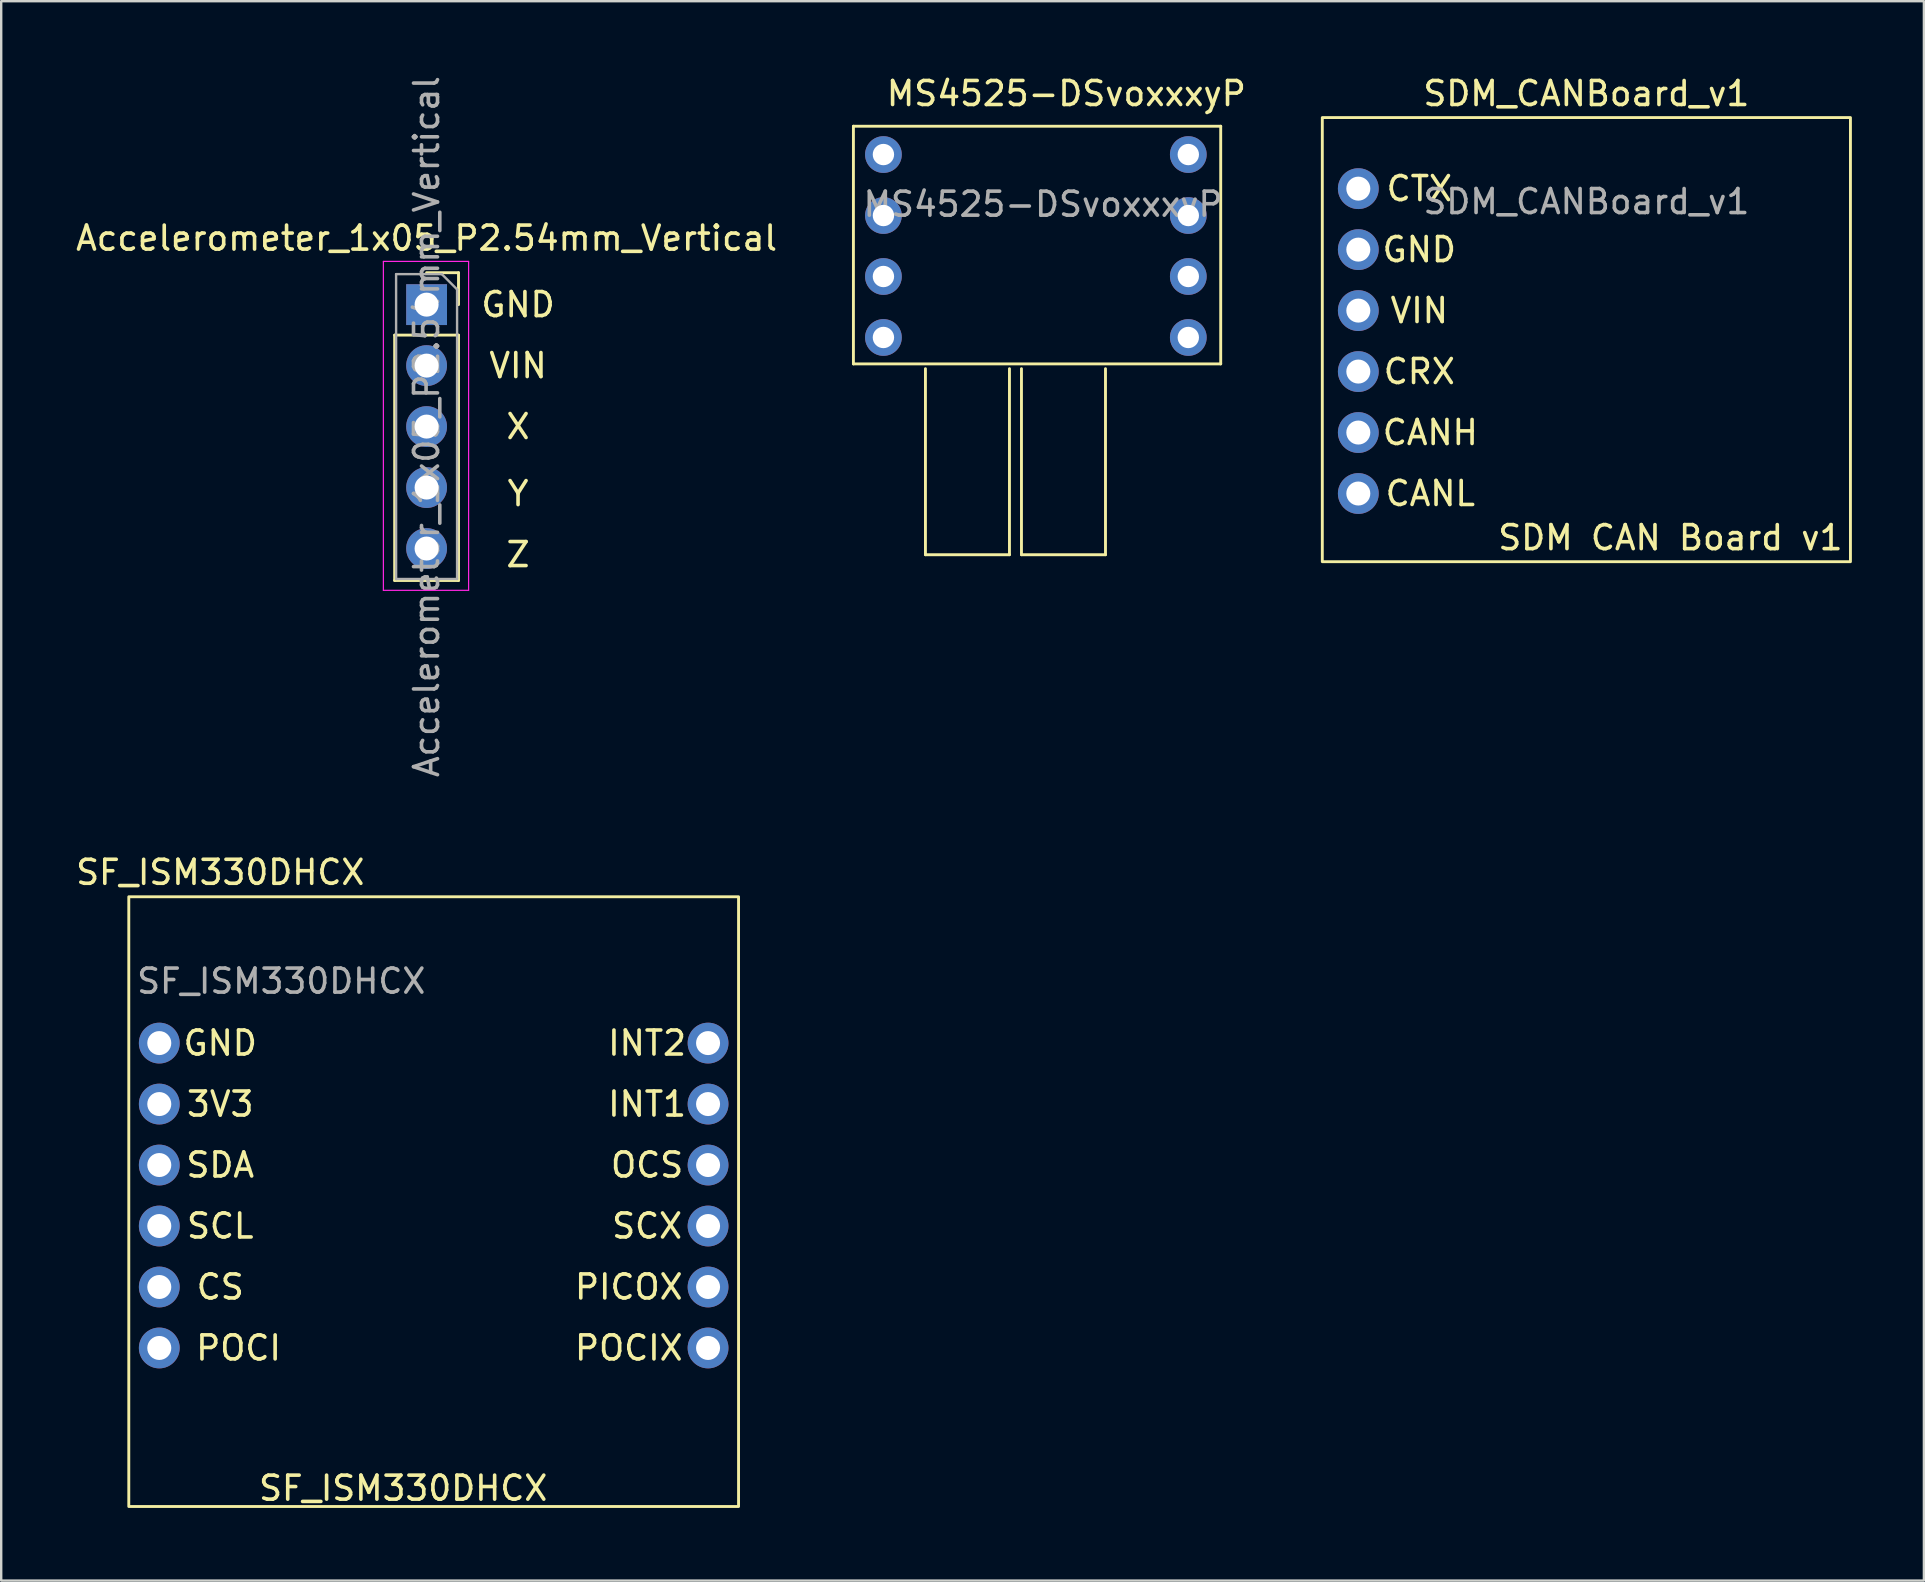
<source format=kicad_pcb>
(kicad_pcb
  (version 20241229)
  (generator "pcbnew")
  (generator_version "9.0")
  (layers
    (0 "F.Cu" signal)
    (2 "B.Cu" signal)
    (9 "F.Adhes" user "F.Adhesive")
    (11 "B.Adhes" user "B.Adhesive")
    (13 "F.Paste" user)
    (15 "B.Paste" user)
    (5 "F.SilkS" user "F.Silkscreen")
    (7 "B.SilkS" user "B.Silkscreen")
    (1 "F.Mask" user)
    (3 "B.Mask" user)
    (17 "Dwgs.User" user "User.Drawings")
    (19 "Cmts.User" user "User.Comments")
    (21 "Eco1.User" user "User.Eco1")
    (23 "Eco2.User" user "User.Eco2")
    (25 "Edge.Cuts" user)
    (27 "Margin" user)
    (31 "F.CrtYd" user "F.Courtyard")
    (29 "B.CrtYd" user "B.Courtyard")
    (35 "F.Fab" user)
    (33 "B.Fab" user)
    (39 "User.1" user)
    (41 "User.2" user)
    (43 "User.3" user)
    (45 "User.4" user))
  (footprint "SDM_CANBoard_v1"
    (layer "F.Cu")
    (at 63.032 2.848)
    (property "Reference" "SDM_CANBoard_v1" (at 0 -2 0) (unlocked yes) (layer "F.SilkS") (effects (font (size 1 1) (thickness 0.15))))
    (attr through_hole)
    (fp_rect (start -11 -1) (end 11 17.5) (stroke (width 0.12) (type solid)) (fill no) (layer "F.SilkS"))
    (fp_text user "CANH" (at -6.5 12.12 0) (unlocked yes) (layer "F.SilkS") (effects (font (size 1 1) (thickness 0.15))))
    (fp_text user "SDM CAN Board v1" (at 3.5 16.5 0) (unlocked yes) (layer "F.SilkS") (effects (font (size 1 1) (thickness 0.15))))
    (fp_text user "CRX" (at -6.96 9.58 0) (unlocked yes) (layer "F.SilkS") (effects (font (size 1 1) (thickness 0.15))))
    (fp_text user "VIN" (at -6.96 7.04 0) (unlocked yes) (layer "F.SilkS") (effects (font (size 1 1) (thickness 0.15))))
    (fp_text user "CTX" (at -6.96 1.96 0) (unlocked yes) (layer "F.SilkS") (effects (font (size 1 1) (thickness 0.15))))
    (fp_text user "GND" (at -6.96 4.5 0) (unlocked yes) (layer "F.SilkS") (effects (font (size 1 1) (thickness 0.15))))
    (fp_text user "CANL" (at -6.5 14.66 0) (unlocked yes) (layer "F.SilkS") (effects (font (size 1 1) (thickness 0.15))))
    (fp_text user "${REFERENCE}" (at 0 2.5 0) (unlocked yes) (layer "F.Fab") (effects (font (size 1 1) (thickness 0.15))))
    (pad "1" thru_hole circle (at -9.5 1.96) (size 1.7 1.7) (drill 1) (layers "*.Cu" "*.Mask"))
    (pad "2" thru_hole circle (at -9.5 4.5) (size 1.7 1.7) (drill 1) (layers "*.Cu" "*.Mask"))
    (pad "3" thru_hole circle (at -9.5 7.04) (size 1.7 1.7) (drill 1) (layers "*.Cu" "*.Mask"))
    (pad "4" thru_hole circle (at -9.5 9.58) (size 1.7 1.7) (drill 1) (layers "*.Cu" "*.Mask"))
    (pad "5" thru_hole circle (at -9.5 12.12) (size 1.7 1.7) (drill 1) (layers "*.Cu" "*.Mask"))
    (pad "6" thru_hole circle (at -9.5 14.66) (size 1.7 1.7) (drill 1) (layers "*.Cu" "*.Mask")))
  (footprint "Accelerometer_1x05_P2.54mm_Vertical"
    (layer "F.Cu")
    (at 14.72 9.64)
    (property "Reference" "Accelerometer_1x05_P2.54mm_Vertical" (at 0 -2.77 0) (layer "F.SilkS") (effects (font (size 1 1) (thickness 0.15))))
    (attr through_hole)
    (fp_line (start -1.33 1.27) (end -1.33 11.49) (stroke (width 0.12) (type solid)) (layer "F.SilkS"))
    (fp_line (start -1.33 1.27) (end 1.33 1.27) (stroke (width 0.12) (type solid)) (layer "F.SilkS"))
    (fp_line (start -1.33 11.49) (end 1.33 11.49) (stroke (width 0.12) (type solid)) (layer "F.SilkS"))
    (fp_line (start 0 -1.33) (end 1.33 -1.33) (stroke (width 0.12) (type solid)) (layer "F.SilkS"))
    (fp_line (start 1.33 -1.33) (end 1.33 0) (stroke (width 0.12) (type solid)) (layer "F.SilkS"))
    (fp_line (start 1.33 1.27) (end 1.33 11.49) (stroke (width 0.12) (type solid)) (layer "F.SilkS"))
    (fp_line (start -1.8 -1.8) (end 1.75 -1.8) (stroke (width 0.05) (type solid)) (layer "F.CrtYd"))
    (fp_line (start -1.8 11.9) (end -1.8 -1.8) (stroke (width 0.05) (type solid)) (layer "F.CrtYd"))
    (fp_line (start 1.75 -1.8) (end 1.75 11.9) (stroke (width 0.05) (type solid)) (layer "F.CrtYd"))
    (fp_line (start 1.75 11.9) (end -1.8 11.9) (stroke (width 0.05) (type solid)) (layer "F.CrtYd"))
    (fp_line (start -1.27 -1.27) (end 0.635 -1.27) (stroke (width 0.1) (type solid)) (layer "F.Fab"))
    (fp_line (start -1.27 11.43) (end -1.27 -1.27) (stroke (width 0.1) (type solid)) (layer "F.Fab"))
    (fp_line (start 0.635 -1.27) (end 1.27 -0.635) (stroke (width 0.1) (type solid)) (layer "F.Fab"))
    (fp_line (start 1.27 -0.635) (end 1.27 11.43) (stroke (width 0.1) (type solid)) (layer "F.Fab"))
    (fp_line (start 1.27 11.43) (end -1.27 11.43) (stroke (width 0.1) (type solid)) (layer "F.Fab"))
    (fp_text user "VIN" (at 3.81 2.54 0) (unlocked yes) (layer "F.SilkS") (effects (font (size 1 1) (thickness 0.15))))
    (fp_text user "X" (at 3.81 5.08 0) (unlocked yes) (layer "F.SilkS") (effects (font (size 1 1) (thickness 0.15))))
    (fp_text user "Y" (at 3.81 7.874 0) (unlocked yes) (layer "F.SilkS") (effects (font (size 1 1) (thickness 0.15))))
    (fp_text user "GND" (at 3.81 0 0) (unlocked yes) (layer "F.SilkS") (effects (font (size 1 1) (thickness 0.15))))
    (fp_text user "Z" (at 3.81 10.414 0) (unlocked yes) (layer "F.SilkS") (effects (font (size 1 1) (thickness 0.15))))
    (fp_text user "${REFERENCE}" (at 0 5.08 90) (layer "F.Fab") (effects (font (size 1 1) (thickness 0.15))))
    (pad "1" thru_hole rect (at 0 0) (size 1.7 1.7) (drill 1) (layers "*.Cu" "*.Mask"))
    (pad "2" thru_hole oval (at 0 2.54) (size 1.7 1.7) (drill 1) (layers "*.Cu" "*.Mask"))
    (pad "3" thru_hole oval (at 0 5.08) (size 1.7 1.7) (drill 1) (layers "*.Cu" "*.Mask"))
    (pad "4" thru_hole oval (at 0 7.62) (size 1.7 1.7) (drill 1) (layers "*.Cu" "*.Mask"))
    (pad "5" thru_hole oval (at 0 10.16) (size 1.7 1.7) (drill 1) (layers "*.Cu" "*.Mask")))
  (footprint "SF_ISM330DHCX"
    (layer "F.Cu")
    (at 8.665 35.321)
    (property "Reference" "SF_ISM330DHCX" (at -2.54 -2.032 0) (unlocked yes) (layer "F.SilkS") (effects (font (size 1 1) (thickness 0.15))))
    (attr through_hole)
    (fp_rect (start -6.35 -1.016) (end 19.05 24.384) (stroke (width 0.12) (type solid)) (fill no) (layer "F.SilkS"))
    (fp_text user "INT1" (at 15.24 7.62 0) (unlocked yes) (layer "F.SilkS") (effects (font (size 1 1) (thickness 0.15))))
    (fp_text user "PICOX" (at 14.478 15.24 0) (unlocked yes) (layer "F.SilkS") (effects (font (size 1 1) (thickness 0.15))))
    (fp_text user "POCIX" (at 14.478 17.78 0) (unlocked yes) (layer "F.SilkS") (effects (font (size 1 1) (thickness 0.15))))
    (fp_text user "3V3" (at -2.54 7.62 0) (unlocked yes) (layer "F.SilkS") (effects (font (size 1 1) (thickness 0.15))))
    (fp_text user "SCL" (at -2.54 12.7 0) (unlocked yes) (layer "F.SilkS") (effects (font (size 1 1) (thickness 0.15))))
    (fp_text user "SDA" (at -2.54 10.16 0) (unlocked yes) (layer "F.SilkS") (effects (font (size 1 1) (thickness 0.15))))
    (fp_text user "POCI" (at -1.778 17.78 0) (unlocked yes) (layer "F.SilkS") (effects (font (size 1 1) (thickness 0.15))))
    (fp_text user "SCX" (at 15.24 12.7 0) (unlocked yes) (layer "F.SilkS") (effects (font (size 1 1) (thickness 0.15))))
    (fp_text user "OCS" (at 15.24 10.16 0) (unlocked yes) (layer "F.SilkS") (effects (font (size 1 1) (thickness 0.15))))
    (fp_text user "SF_ISM330DHCX" (at 5.08 23.622 0) (unlocked yes) (layer "F.SilkS") (effects (font (size 1 1) (thickness 0.15))))
    (fp_text user "CS" (at -2.54 15.24 0) (unlocked yes) (layer "F.SilkS") (effects (font (size 1 1) (thickness 0.15))))
    (fp_text user "INT2" (at 15.24 5.08 0) (unlocked yes) (layer "F.SilkS") (effects (font (size 1 1) (thickness 0.15))))
    (fp_text user "GND" (at -2.54 5.08 0) (unlocked yes) (layer "F.SilkS") (effects (font (size 1 1) (thickness 0.15))))
    (fp_text user "${REFERENCE}" (at 0 2.5 0) (unlocked yes) (layer "F.Fab") (effects (font (size 1 1) (thickness 0.15))))
    (pad "1" thru_hole circle (at -5.08 5.08) (size 1.7 1.7) (drill 1) (layers "*.Cu" "*.Mask"))
    (pad "2" thru_hole circle (at -5.08 7.62) (size 1.7 1.7) (drill 1) (layers "*.Cu" "*.Mask"))
    (pad "3" thru_hole circle (at -5.08 10.16) (size 1.7 1.7) (drill 1) (layers "*.Cu" "*.Mask"))
    (pad "4" thru_hole circle (at -5.08 12.7) (size 1.7 1.7) (drill 1) (layers "*.Cu" "*.Mask"))
    (pad "5" thru_hole circle (at -5.08 15.24) (size 1.7 1.7) (drill 1) (layers "*.Cu" "*.Mask"))
    (pad "6" thru_hole circle (at -5.08 17.78) (size 1.7 1.7) (drill 1) (layers "*.Cu" "*.Mask"))
    (pad "7" thru_hole circle (at 17.78 5.08) (size 1.7 1.7) (drill 1) (layers "*.Cu" "*.Mask"))
    (pad "8" thru_hole circle (at 17.78 7.62) (size 1.7 1.7) (drill 1) (layers "*.Cu" "*.Mask"))
    (pad "9" thru_hole circle (at 17.78 10.16) (size 1.7 1.7) (drill 1) (layers "*.Cu" "*.Mask"))
    (pad "10" thru_hole circle (at 17.78 12.7) (size 1.7 1.7) (drill 1) (layers "*.Cu" "*.Mask"))
    (pad "11" thru_hole circle (at 17.78 15.24) (size 1.7 1.7) (drill 1) (layers "*.Cu" "*.Mask"))
    (pad "12" thru_hole circle (at 17.78 17.78) (size 1.7 1.7) (drill 1) (layers "*.Cu" "*.Mask")))
  (footprint "MS4525-DSvoxxxyP"
    (layer "F.Cu")
    (at 40.15 5.958)
    (property "Reference" "MS4525-DSvoxxxyP" (at 1.22 -5.11 0) (unlocked yes) (layer "F.SilkS") (effects (font (size 1 1) (thickness 0.15))))
    (attr through_hole)
    (fp_line (start -7.65 -3.75) (end 7.65 -3.75) (stroke (width 0.12) (type solid)) (layer "F.SilkS"))
    (fp_line (start -7.65 6.15) (end -7.65 -3.75) (stroke (width 0.12) (type solid)) (layer "F.SilkS"))
    (fp_line (start -4.65 6.35) (end -4.65 14.1) (stroke (width 0.12) (type solid)) (layer "F.SilkS"))
    (fp_line (start -4.65 14.1) (end -1.15 14.1) (stroke (width 0.12) (type solid)) (layer "F.SilkS"))
    (fp_line (start -1.15 14.1) (end -1.15 6.35) (stroke (width 0.12) (type solid)) (layer "F.SilkS"))
    (fp_line (start -0.65 6.35) (end -0.65 14.1) (stroke (width 0.12) (type solid)) (layer "F.SilkS"))
    (fp_line (start -0.65 14.1) (end 2.85 14.1) (stroke (width 0.12) (type solid)) (layer "F.SilkS"))
    (fp_line (start 2.85 14.1) (end 2.85 6.35) (stroke (width 0.12) (type solid)) (layer "F.SilkS"))
    (fp_line (start 7.65 -3.75) (end 7.65 6.15) (stroke (width 0.12) (type solid)) (layer "F.SilkS"))
    (fp_line (start 7.65 6.15) (end -7.65 6.15) (stroke (width 0.12) (type solid)) (layer "F.SilkS"))
    (fp_text user "${REFERENCE}" (at 0.25 -0.5 0) (unlocked yes) (layer "F.Fab") (effects (font (size 1 1) (thickness 0.15))))
    (pad "1" thru_hole circle (at 6.3 5.05) (size 1.53 1.53) (drill 0.89) (layers "*.Cu" "*.Mask"))
    (pad "2" thru_hole circle (at 6.3 2.51) (size 1.53 1.53) (drill 0.89) (layers "*.Cu" "*.Mask"))
    (pad "3" thru_hole circle (at 6.3 -0.03) (size 1.53 1.53) (drill 0.89) (layers "*.Cu" "*.Mask"))
    (pad "4" thru_hole circle (at 6.3 -2.57) (size 1.53 1.53) (drill 0.89) (layers "*.Cu" "*.Mask"))
    (pad "5" thru_hole circle (at -6.4 -2.57) (size 1.53 1.53) (drill 0.89) (layers "*.Cu" "*.Mask"))
    (pad "6" thru_hole circle (at -6.4 -0.03) (size 1.53 1.53) (drill 0.89) (layers "*.Cu" "*.Mask"))
    (pad "7" thru_hole circle (at -6.4 2.51) (size 1.53 1.53) (drill 0.89) (layers "*.Cu" "*.Mask"))
    (pad "8" thru_hole circle (at -6.4 5.05) (size 1.53 1.53) (drill 0.89) (layers "*.Cu" "*.Mask")))
  (gr_rect
    (start -3 -3)
    (end 77.092 62.791)
    (stroke (width 0.1) (type default))
    (fill no)
    (layer "Edge.Cuts")))
</source>
